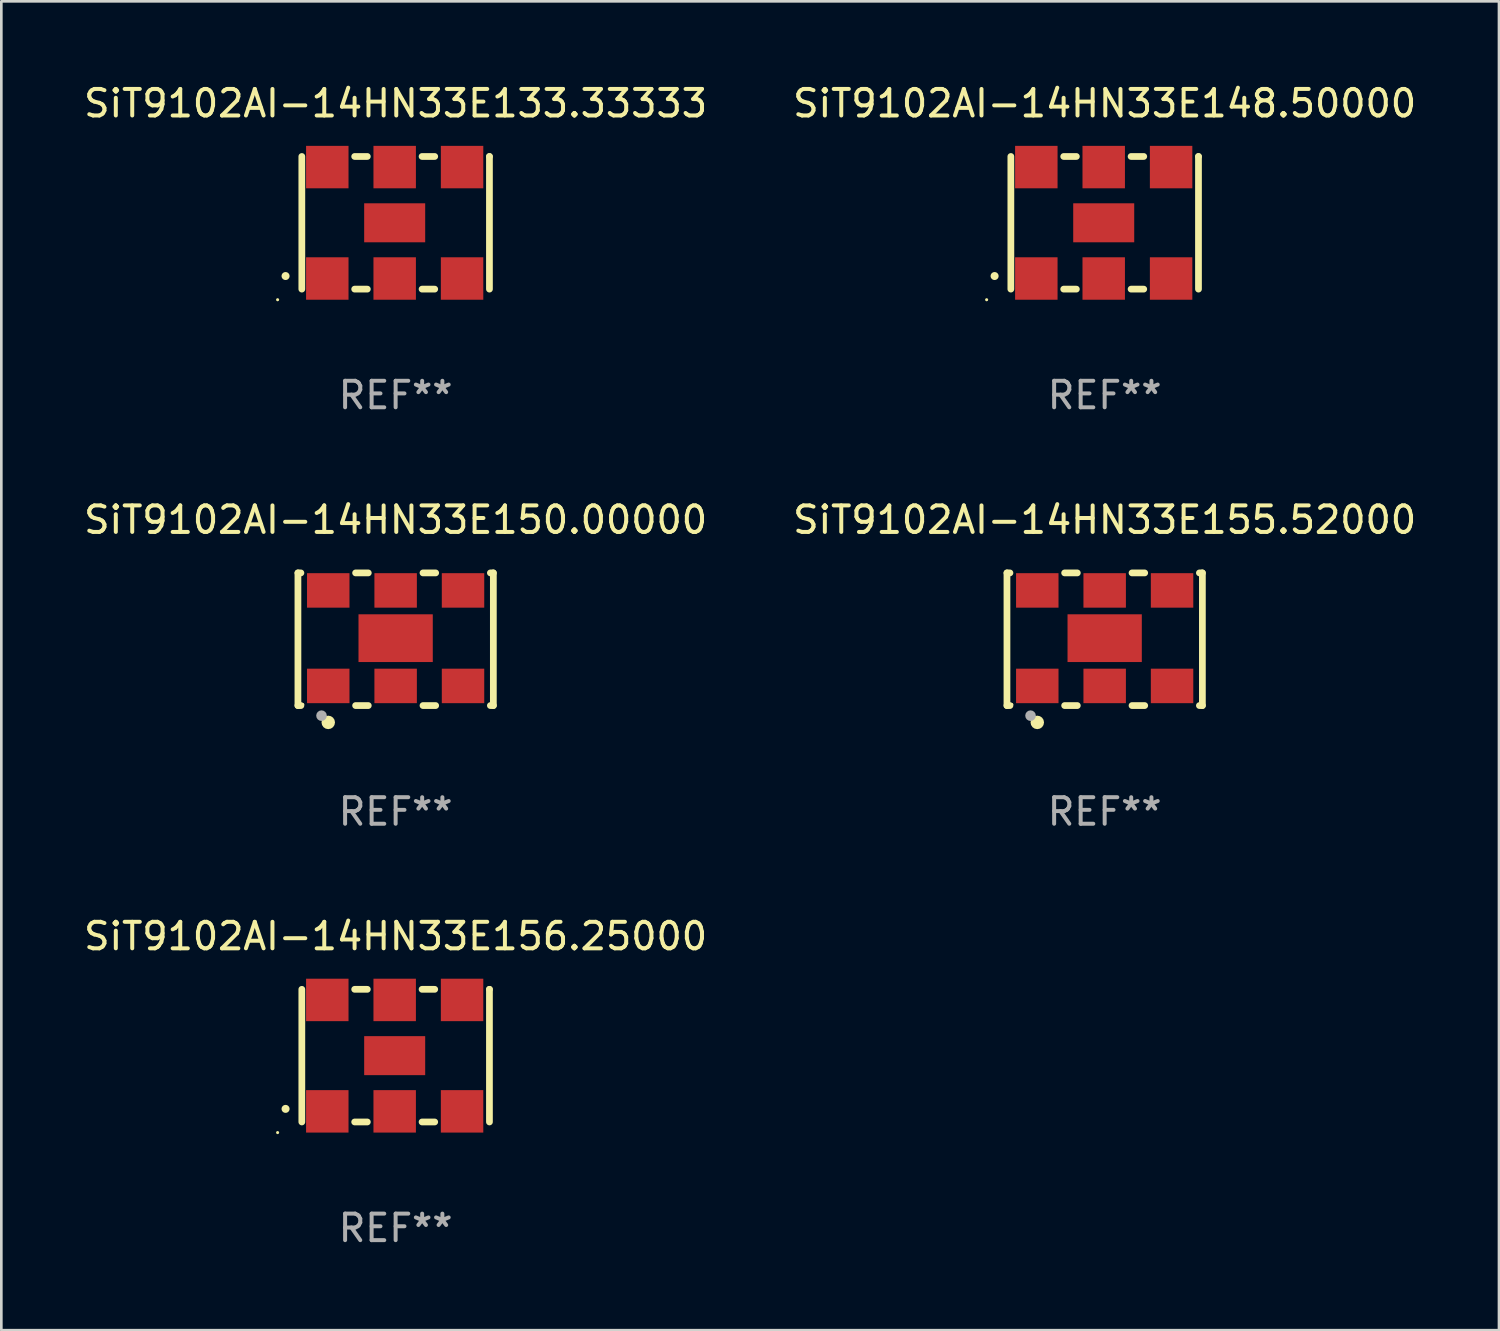
<source format=kicad_pcb>
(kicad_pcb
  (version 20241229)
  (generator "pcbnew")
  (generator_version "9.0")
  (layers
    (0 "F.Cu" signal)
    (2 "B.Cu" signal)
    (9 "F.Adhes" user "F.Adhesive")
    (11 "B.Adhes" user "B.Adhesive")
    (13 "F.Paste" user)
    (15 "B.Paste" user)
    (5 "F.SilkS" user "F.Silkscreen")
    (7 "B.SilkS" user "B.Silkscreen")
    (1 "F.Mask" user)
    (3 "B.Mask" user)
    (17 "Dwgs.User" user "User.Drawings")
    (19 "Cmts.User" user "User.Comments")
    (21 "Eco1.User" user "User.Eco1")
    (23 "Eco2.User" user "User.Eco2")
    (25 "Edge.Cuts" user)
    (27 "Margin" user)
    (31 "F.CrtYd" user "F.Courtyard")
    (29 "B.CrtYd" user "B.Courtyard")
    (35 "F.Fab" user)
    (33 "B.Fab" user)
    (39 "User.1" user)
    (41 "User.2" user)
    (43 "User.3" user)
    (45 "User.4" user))
  (footprint "SiT9102AI-14HN33E133.33333"
    (layer "F.Cu")
    (at 11.863 5.348)
    (property "Reference" "SiT9102AI-14HN33E133.33333" (at 0 -4.5 0) (layer "F.SilkS") (effects (font (size 1 1) (thickness 0.15))))
    (attr through_hole)
    (fp_line (start -3.536 -2.5) (end -3.536 2.5) (stroke (width 0.254) (type solid)) (layer "F.SilkS"))
    (fp_line (start -1.544 2.5) (end -1.067 2.5) (stroke (width 0.254) (type solid)) (layer "F.SilkS"))
    (fp_line (start -1.067 -2.5) (end -1.544 -2.5) (stroke (width 0.254) (type solid)) (layer "F.SilkS"))
    (fp_line (start 0.996 2.5) (end 1.473 2.5) (stroke (width 0.254) (type solid)) (layer "F.SilkS"))
    (fp_line (start 1.473 -2.5) (end 0.996 -2.5) (stroke (width 0.254) (type solid)) (layer "F.SilkS"))
    (fp_line (start 3.536 -2.5) (end 3.536 -2.5) (stroke (width 0.254) (type solid)) (layer "F.SilkS"))
    (fp_line (start 3.536 2.5) (end 3.536 -2.5) (stroke (width 0.254) (type solid)) (layer "F.SilkS"))
    (fp_arc (start -4.150432 2.006604) (mid -4.149162 2.006599) (end -4.147892 2.006604) (stroke (width 0.3) (type solid)) (layer "F.SilkS"))
    (fp_circle (center -4.449 2.9) (end -4.419 2.9) (stroke (width 0.06) (type solid)) (fill no) (layer "F.SilkS"))
    (fp_text user "REF**" (at 0 6.5 0) (layer "F.Fab") (effects (font (size 1 1) (thickness 0.15))))
    (pad "1" smd rect (at -2.576 2.1) (size 1.6 1.6) (layers "F.Cu" "F.Mask" "F.Paste"))
    (pad "2" smd rect (at -0.036 2.1) (size 1.6 1.6) (layers "F.Cu" "F.Mask" "F.Paste"))
    (pad "3" smd rect (at 2.504 2.1) (size 1.6 1.6) (layers "F.Cu" "F.Mask" "F.Paste"))
    (pad "4" smd rect (at 2.504 -2.1) (size 1.6 1.6) (layers "F.Cu" "F.Mask" "F.Paste"))
    (pad "5" smd rect (at -0.036 -2.1) (size 1.6 1.6) (layers "F.Cu" "F.Mask" "F.Paste"))
    (pad "6" smd rect (at -2.576 -2.1) (size 1.6 1.6) (layers "F.Cu" "F.Mask" "F.Paste"))
    (pad "7" smd rect (at -0.036 0) (size 2.3 1.47) (layers "F.Cu" "F.Mask" "F.Paste")))
  (footprint "SiT9102AI-14HN33E150.00000"
    (layer "F.Cu")
    (at 11.863 21.045)
    (property "Reference" "SiT9102AI-14HN33E150.00000" (at 0 -4.5 0) (layer "F.SilkS") (effects (font (size 1 1) (thickness 0.15))))
    (attr through_hole)
    (fp_line (start -3.683 -2.5) (end -3.571 -2.5) (stroke (width 0.254) (type solid)) (layer "F.SilkS"))
    (fp_line (start -3.683 2.5) (end -3.683 -2.5) (stroke (width 0.254) (type solid)) (layer "F.SilkS"))
    (fp_line (start -3.683 2.5) (end -3.571 2.5) (stroke (width 0.254) (type solid)) (layer "F.SilkS"))
    (fp_line (start -1.509 -2.5) (end -1.031 -2.5) (stroke (width 0.254) (type solid)) (layer "F.SilkS"))
    (fp_line (start -1.509 2.5) (end -1.031 2.5) (stroke (width 0.254) (type solid)) (layer "F.SilkS"))
    (fp_line (start 1.031 -2.5) (end 1.509 -2.5) (stroke (width 0.254) (type solid)) (layer "F.SilkS"))
    (fp_line (start 1.031 2.5) (end 1.509 2.5) (stroke (width 0.254) (type solid)) (layer "F.SilkS"))
    (fp_line (start 3.571 -2.5) (end 3.683 -2.5) (stroke (width 0.254) (type solid)) (layer "F.SilkS"))
    (fp_line (start 3.571 2.5) (end 3.683 2.5) (stroke (width 0.254) (type solid)) (layer "F.SilkS"))
    (fp_line (start 3.683 2.5) (end 3.683 -2.5) (stroke (width 0.254) (type solid)) (layer "F.SilkS"))
    (fp_circle (center -3.5 2.46) (end -3.47 2.46) (stroke (width 0.06) (type solid)) (fill no) (layer "F.SilkS"))
    (fp_circle (center -2.54 3.135) (end -2.413 3.135) (stroke (width 0.254) (type solid)) (fill no) (layer "F.SilkS"))
    (fp_circle (center -2.794 2.881) (end -2.694 2.881) (stroke (width 0.2) (type solid)) (fill no) (layer "F.Fab"))
    (fp_text user "REF**" (at 0 6.5 0) (layer "F.Fab") (effects (font (size 1 1) (thickness 0.15))))
    (pad "1" smd rect (at -2.54 1.76) (size 1.6 1.3) (layers "F.Cu" "F.Mask" "F.Paste"))
    (pad "2" smd rect (at 0 1.76) (size 1.6 1.3) (layers "F.Cu" "F.Mask" "F.Paste"))
    (pad "3" smd rect (at 2.54 1.76) (size 1.6 1.3) (layers "F.Cu" "F.Mask" "F.Paste"))
    (pad "4" smd rect (at 2.54 -1.84) (size 1.6 1.3) (layers "F.Cu" "F.Mask" "F.Paste"))
    (pad "5" smd rect (at 0 -1.84) (size 1.6 1.3) (layers "F.Cu" "F.Mask" "F.Paste"))
    (pad "6" smd rect (at -2.54 -1.84) (size 1.6 1.3) (layers "F.Cu" "F.Mask" "F.Paste"))
    (pad "7" smd rect (at 0 -0.04) (size 2.8 1.8) (layers "F.Cu" "F.Mask" "F.Paste")))
  (footprint "SiT9102AI-14HN33E148.50000"
    (layer "F.Cu")
    (at 38.589 5.348)
    (property "Reference" "SiT9102AI-14HN33E148.50000" (at 0 -4.5 0) (layer "F.SilkS") (effects (font (size 1 1) (thickness 0.15))))
    (attr through_hole)
    (fp_line (start -3.536 -2.5) (end -3.536 2.5) (stroke (width 0.254) (type solid)) (layer "F.SilkS"))
    (fp_line (start -1.544 2.5) (end -1.067 2.5) (stroke (width 0.254) (type solid)) (layer "F.SilkS"))
    (fp_line (start -1.067 -2.5) (end -1.544 -2.5) (stroke (width 0.254) (type solid)) (layer "F.SilkS"))
    (fp_line (start 0.996 2.5) (end 1.473 2.5) (stroke (width 0.254) (type solid)) (layer "F.SilkS"))
    (fp_line (start 1.473 -2.5) (end 0.996 -2.5) (stroke (width 0.254) (type solid)) (layer "F.SilkS"))
    (fp_line (start 3.536 -2.5) (end 3.536 -2.5) (stroke (width 0.254) (type solid)) (layer "F.SilkS"))
    (fp_line (start 3.536 2.5) (end 3.536 -2.5) (stroke (width 0.254) (type solid)) (layer "F.SilkS"))
    (fp_arc (start -4.150432 2.006604) (mid -4.149162 2.006599) (end -4.147892 2.006604) (stroke (width 0.3) (type solid)) (layer "F.SilkS"))
    (fp_circle (center -4.449 2.9) (end -4.419 2.9) (stroke (width 0.06) (type solid)) (fill no) (layer "F.SilkS"))
    (fp_text user "REF**" (at 0 6.5 0) (layer "F.Fab") (effects (font (size 1 1) (thickness 0.15))))
    (pad "1" smd rect (at -2.576 2.1) (size 1.6 1.6) (layers "F.Cu" "F.Mask" "F.Paste"))
    (pad "2" smd rect (at -0.036 2.1) (size 1.6 1.6) (layers "F.Cu" "F.Mask" "F.Paste"))
    (pad "3" smd rect (at 2.504 2.1) (size 1.6 1.6) (layers "F.Cu" "F.Mask" "F.Paste"))
    (pad "4" smd rect (at 2.504 -2.1) (size 1.6 1.6) (layers "F.Cu" "F.Mask" "F.Paste"))
    (pad "5" smd rect (at -0.036 -2.1) (size 1.6 1.6) (layers "F.Cu" "F.Mask" "F.Paste"))
    (pad "6" smd rect (at -2.576 -2.1) (size 1.6 1.6) (layers "F.Cu" "F.Mask" "F.Paste"))
    (pad "7" smd rect (at -0.036 0) (size 2.3 1.47) (layers "F.Cu" "F.Mask" "F.Paste")))
  (footprint "SiT9102AI-14HN33E156.25000"
    (layer "F.Cu")
    (at 11.863 36.741)
    (property "Reference" "SiT9102AI-14HN33E156.25000" (at 0 -4.5 0) (layer "F.SilkS") (effects (font (size 1 1) (thickness 0.15))))
    (attr through_hole)
    (fp_line (start -3.536 -2.5) (end -3.536 2.5) (stroke (width 0.254) (type solid)) (layer "F.SilkS"))
    (fp_line (start -1.544 2.5) (end -1.067 2.5) (stroke (width 0.254) (type solid)) (layer "F.SilkS"))
    (fp_line (start -1.067 -2.5) (end -1.544 -2.5) (stroke (width 0.254) (type solid)) (layer "F.SilkS"))
    (fp_line (start 0.996 2.5) (end 1.473 2.5) (stroke (width 0.254) (type solid)) (layer "F.SilkS"))
    (fp_line (start 1.473 -2.5) (end 0.996 -2.5) (stroke (width 0.254) (type solid)) (layer "F.SilkS"))
    (fp_line (start 3.536 -2.5) (end 3.536 -2.5) (stroke (width 0.254) (type solid)) (layer "F.SilkS"))
    (fp_line (start 3.536 2.5) (end 3.536 -2.5) (stroke (width 0.254) (type solid)) (layer "F.SilkS"))
    (fp_arc (start -4.150432 2.006604) (mid -4.149162 2.006599) (end -4.147892 2.006604) (stroke (width 0.3) (type solid)) (layer "F.SilkS"))
    (fp_circle (center -4.449 2.9) (end -4.419 2.9) (stroke (width 0.06) (type solid)) (fill no) (layer "F.SilkS"))
    (fp_text user "REF**" (at 0 6.5 0) (layer "F.Fab") (effects (font (size 1 1) (thickness 0.15))))
    (pad "1" smd rect (at -2.576 2.1) (size 1.6 1.6) (layers "F.Cu" "F.Mask" "F.Paste"))
    (pad "2" smd rect (at -0.036 2.1) (size 1.6 1.6) (layers "F.Cu" "F.Mask" "F.Paste"))
    (pad "3" smd rect (at 2.504 2.1) (size 1.6 1.6) (layers "F.Cu" "F.Mask" "F.Paste"))
    (pad "4" smd rect (at 2.504 -2.1) (size 1.6 1.6) (layers "F.Cu" "F.Mask" "F.Paste"))
    (pad "5" smd rect (at -0.036 -2.1) (size 1.6 1.6) (layers "F.Cu" "F.Mask" "F.Paste"))
    (pad "6" smd rect (at -2.576 -2.1) (size 1.6 1.6) (layers "F.Cu" "F.Mask" "F.Paste"))
    (pad "7" smd rect (at -0.036 0) (size 2.3 1.47) (layers "F.Cu" "F.Mask" "F.Paste")))
  (footprint "SiT9102AI-14HN33E155.52000"
    (layer "F.Cu")
    (at 38.589 21.045)
    (property "Reference" "SiT9102AI-14HN33E155.52000" (at 0 -4.5 0) (layer "F.SilkS") (effects (font (size 1 1) (thickness 0.15))))
    (attr through_hole)
    (fp_line (start -3.683 -2.5) (end -3.571 -2.5) (stroke (width 0.254) (type solid)) (layer "F.SilkS"))
    (fp_line (start -3.683 2.5) (end -3.683 -2.5) (stroke (width 0.254) (type solid)) (layer "F.SilkS"))
    (fp_line (start -3.683 2.5) (end -3.571 2.5) (stroke (width 0.254) (type solid)) (layer "F.SilkS"))
    (fp_line (start -1.509 -2.5) (end -1.031 -2.5) (stroke (width 0.254) (type solid)) (layer "F.SilkS"))
    (fp_line (start -1.509 2.5) (end -1.031 2.5) (stroke (width 0.254) (type solid)) (layer "F.SilkS"))
    (fp_line (start 1.031 -2.5) (end 1.509 -2.5) (stroke (width 0.254) (type solid)) (layer "F.SilkS"))
    (fp_line (start 1.031 2.5) (end 1.509 2.5) (stroke (width 0.254) (type solid)) (layer "F.SilkS"))
    (fp_line (start 3.571 -2.5) (end 3.683 -2.5) (stroke (width 0.254) (type solid)) (layer "F.SilkS"))
    (fp_line (start 3.571 2.5) (end 3.683 2.5) (stroke (width 0.254) (type solid)) (layer "F.SilkS"))
    (fp_line (start 3.683 2.5) (end 3.683 -2.5) (stroke (width 0.254) (type solid)) (layer "F.SilkS"))
    (fp_circle (center -3.5 2.46) (end -3.47 2.46) (stroke (width 0.06) (type solid)) (fill no) (layer "F.SilkS"))
    (fp_circle (center -2.54 3.135) (end -2.413 3.135) (stroke (width 0.254) (type solid)) (fill no) (layer "F.SilkS"))
    (fp_circle (center -2.794 2.881) (end -2.694 2.881) (stroke (width 0.2) (type solid)) (fill no) (layer "F.Fab"))
    (fp_text user "REF**" (at 0 6.5 0) (layer "F.Fab") (effects (font (size 1 1) (thickness 0.15))))
    (pad "1" smd rect (at -2.54 1.76) (size 1.6 1.3) (layers "F.Cu" "F.Mask" "F.Paste"))
    (pad "2" smd rect (at 0 1.76) (size 1.6 1.3) (layers "F.Cu" "F.Mask" "F.Paste"))
    (pad "3" smd rect (at 2.54 1.76) (size 1.6 1.3) (layers "F.Cu" "F.Mask" "F.Paste"))
    (pad "4" smd rect (at 2.54 -1.84) (size 1.6 1.3) (layers "F.Cu" "F.Mask" "F.Paste"))
    (pad "5" smd rect (at 0 -1.84) (size 1.6 1.3) (layers "F.Cu" "F.Mask" "F.Paste"))
    (pad "6" smd rect (at -2.54 -1.84) (size 1.6 1.3) (layers "F.Cu" "F.Mask" "F.Paste"))
    (pad "7" smd rect (at 0 -0.04) (size 2.8 1.8) (layers "F.Cu" "F.Mask" "F.Paste")))
  (gr_rect
    (start -3 -3)
    (end 53.452 47.09)
    (stroke (width 0.1) (type default))
    (fill no)
    (layer "Edge.Cuts")))
</source>
